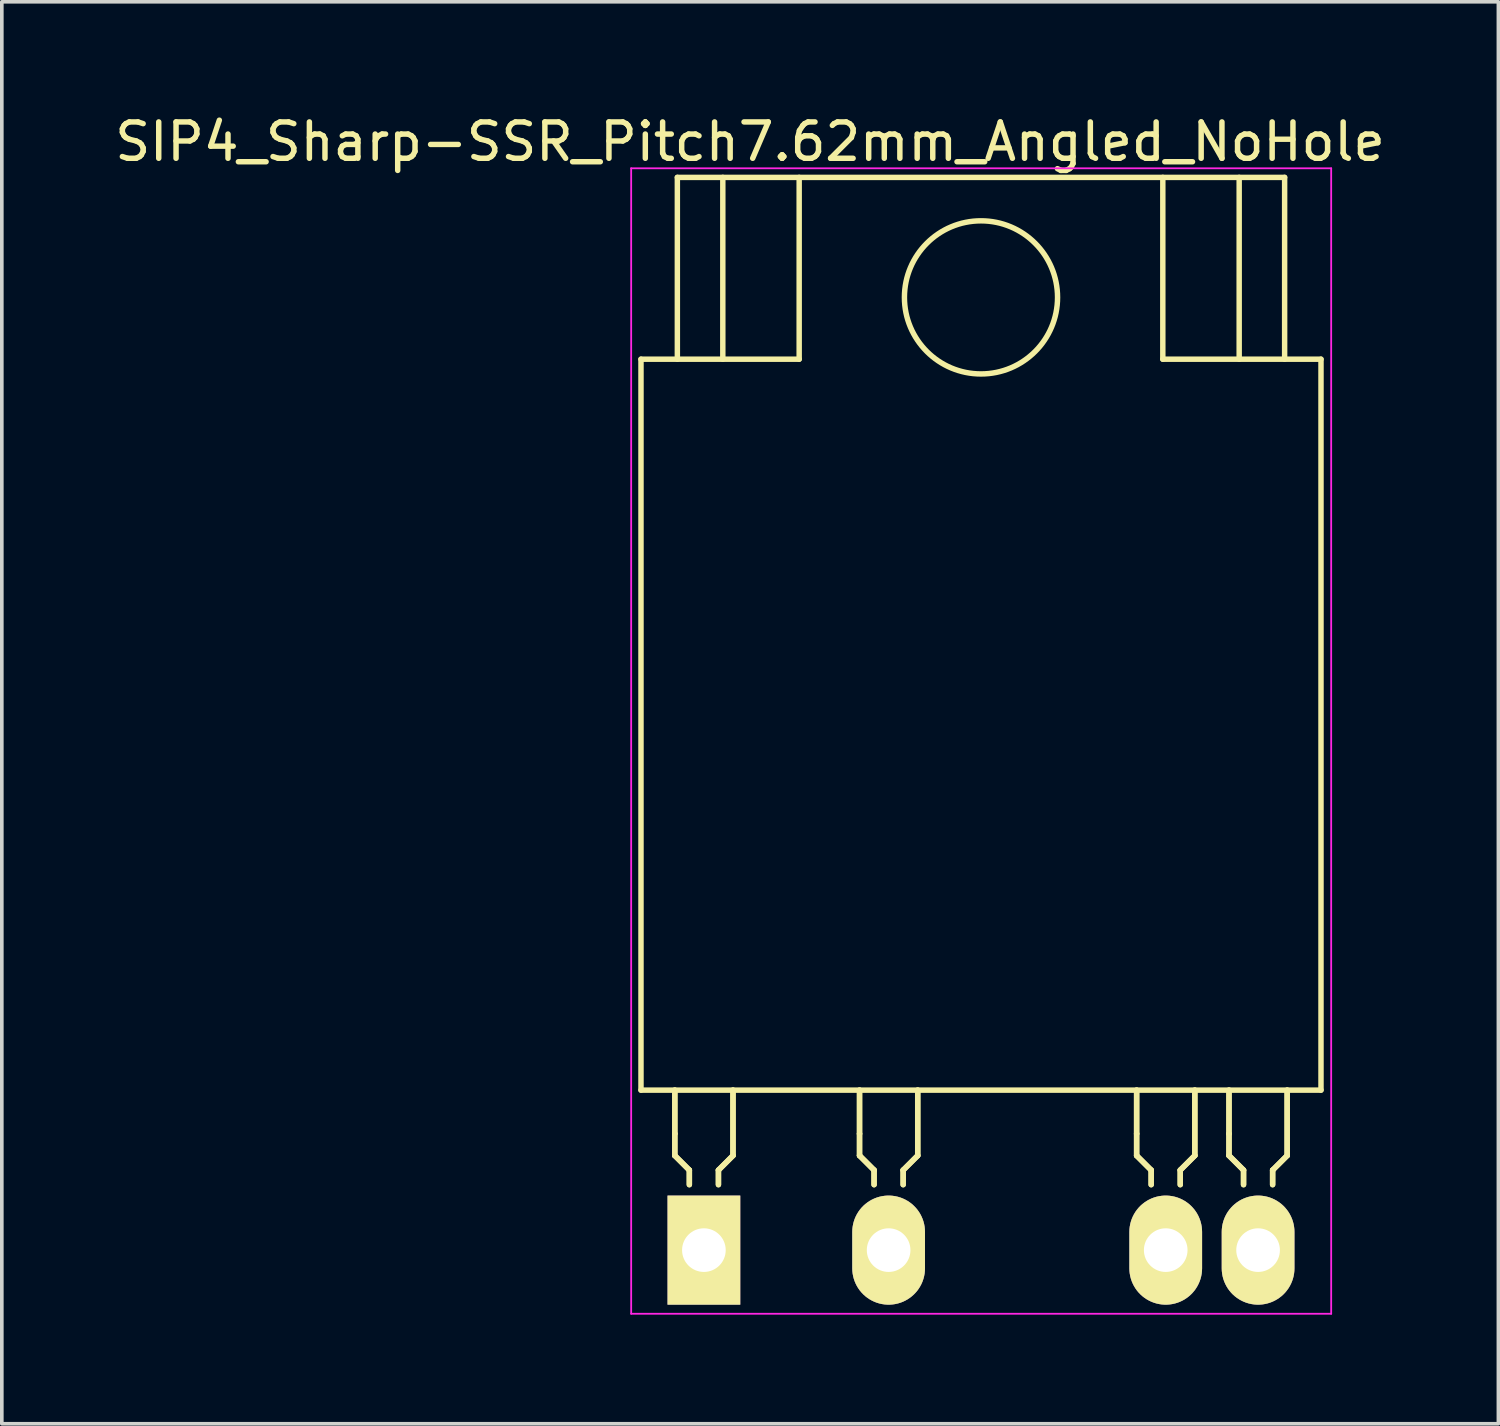
<source format=kicad_pcb>
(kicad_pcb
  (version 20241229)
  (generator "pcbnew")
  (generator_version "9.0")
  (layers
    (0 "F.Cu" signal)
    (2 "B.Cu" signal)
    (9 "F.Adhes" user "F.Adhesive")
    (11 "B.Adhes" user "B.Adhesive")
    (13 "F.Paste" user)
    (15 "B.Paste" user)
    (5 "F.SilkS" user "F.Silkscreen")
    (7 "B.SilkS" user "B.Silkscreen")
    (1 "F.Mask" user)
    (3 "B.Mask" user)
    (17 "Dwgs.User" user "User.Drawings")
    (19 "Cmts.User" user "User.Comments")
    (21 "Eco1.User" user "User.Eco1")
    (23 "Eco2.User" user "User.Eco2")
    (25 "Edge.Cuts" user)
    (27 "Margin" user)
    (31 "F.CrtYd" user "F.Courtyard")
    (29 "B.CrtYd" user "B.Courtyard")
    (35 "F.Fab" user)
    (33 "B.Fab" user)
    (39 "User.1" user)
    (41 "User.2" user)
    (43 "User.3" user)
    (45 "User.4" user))
  (footprint "SIP4_Sharp-SSR_Pitch7.62mm_Angled_NoHole"
    (layer "F.Cu")
    (at 16.307 31.328)
    (property "Reference" "SIP4_Sharp-SSR_Pitch7.62mm_Angled_NoHole" (at 1.27 -30.48 0) (layer "F.SilkS") (effects (font (size 1 1) (thickness 0.15))))
    (attr through_hole)
    (fp_line (start -1.73 -24.5) (end 2.62 -24.5) (stroke (width 0.15) (type solid)) (layer "F.SilkS"))
    (fp_line (start -1.73 -4.4) (end -1.73 -24.5) (stroke (width 0.15) (type solid)) (layer "F.SilkS"))
    (fp_line (start -0.8 -3.2) (end -0.8 -4.4) (stroke (width 0.15) (type solid)) (layer "F.SilkS"))
    (fp_line (start -0.8 -3.2) (end -0.8 -4.4) (stroke (width 0.15) (type solid)) (layer "F.SilkS"))
    (fp_line (start -0.8 -2.6) (end -0.8 -3.2) (stroke (width 0.15) (type solid)) (layer "F.SilkS"))
    (fp_line (start -0.8 -2.6) (end -0.8 -3.2) (stroke (width 0.15) (type solid)) (layer "F.SilkS"))
    (fp_line (start -0.73 -29.5) (end 15.97 -29.5) (stroke (width 0.15) (type solid)) (layer "F.SilkS"))
    (fp_line (start -0.73 -24.5) (end -0.73 -29.5) (stroke (width 0.15) (type solid)) (layer "F.SilkS"))
    (fp_line (start -0.4 -2.2) (end -0.8 -2.6) (stroke (width 0.15) (type solid)) (layer "F.SilkS"))
    (fp_line (start -0.4 -2.2) (end -0.8 -2.6) (stroke (width 0.15) (type solid)) (layer "F.SilkS"))
    (fp_line (start -0.4 -2.2) (end -0.4 -1.8) (stroke (width 0.15) (type solid)) (layer "F.SilkS"))
    (fp_line (start -0.4 -2.2) (end -0.4 -1.8) (stroke (width 0.15) (type solid)) (layer "F.SilkS"))
    (fp_line (start 0.4 -2.2) (end 0.8 -2.6) (stroke (width 0.15) (type solid)) (layer "F.SilkS"))
    (fp_line (start 0.4 -2.2) (end 0.8 -2.6) (stroke (width 0.15) (type solid)) (layer "F.SilkS"))
    (fp_line (start 0.4 -1.8) (end 0.4 -2.2) (stroke (width 0.15) (type solid)) (layer "F.SilkS"))
    (fp_line (start 0.4 -1.8) (end 0.4 -2.2) (stroke (width 0.15) (type solid)) (layer "F.SilkS"))
    (fp_line (start 0.52 -24.5) (end 0.52 -29.5) (stroke (width 0.15) (type solid)) (layer "F.SilkS"))
    (fp_line (start 0.8 -2.6) (end 0.8 -4.4) (stroke (width 0.15) (type solid)) (layer "F.SilkS"))
    (fp_line (start 0.8 -2.6) (end 0.8 -4.4) (stroke (width 0.15) (type solid)) (layer "F.SilkS"))
    (fp_line (start 2.62 -29.5) (end 2.62 -24.5) (stroke (width 0.15) (type solid)) (layer "F.SilkS"))
    (fp_line (start 4.28 -3.2) (end 4.28 -4.4) (stroke (width 0.15) (type solid)) (layer "F.SilkS"))
    (fp_line (start 4.28 -3.2) (end 4.28 -4.4) (stroke (width 0.15) (type solid)) (layer "F.SilkS"))
    (fp_line (start 4.28 -2.6) (end 4.28 -3.2) (stroke (width 0.15) (type solid)) (layer "F.SilkS"))
    (fp_line (start 4.28 -2.6) (end 4.28 -3.2) (stroke (width 0.15) (type solid)) (layer "F.SilkS"))
    (fp_line (start 4.68 -2.2) (end 4.28 -2.6) (stroke (width 0.15) (type solid)) (layer "F.SilkS"))
    (fp_line (start 4.68 -2.2) (end 4.28 -2.6) (stroke (width 0.15) (type solid)) (layer "F.SilkS"))
    (fp_line (start 4.68 -2.2) (end 4.68 -1.8) (stroke (width 0.15) (type solid)) (layer "F.SilkS"))
    (fp_line (start 4.68 -2.2) (end 4.68 -1.8) (stroke (width 0.15) (type solid)) (layer "F.SilkS"))
    (fp_line (start 5.48 -2.2) (end 5.88 -2.6) (stroke (width 0.15) (type solid)) (layer "F.SilkS"))
    (fp_line (start 5.48 -2.2) (end 5.88 -2.6) (stroke (width 0.15) (type solid)) (layer "F.SilkS"))
    (fp_line (start 5.48 -1.8) (end 5.48 -2.2) (stroke (width 0.15) (type solid)) (layer "F.SilkS"))
    (fp_line (start 5.48 -1.8) (end 5.48 -2.2) (stroke (width 0.15) (type solid)) (layer "F.SilkS"))
    (fp_line (start 5.88 -2.6) (end 5.88 -4.4) (stroke (width 0.15) (type solid)) (layer "F.SilkS"))
    (fp_line (start 5.88 -2.6) (end 5.88 -4.4) (stroke (width 0.15) (type solid)) (layer "F.SilkS"))
    (fp_line (start 11.9 -3.2) (end 11.9 -4.4) (stroke (width 0.15) (type solid)) (layer "F.SilkS"))
    (fp_line (start 11.9 -3.2) (end 11.9 -4.4) (stroke (width 0.15) (type solid)) (layer "F.SilkS"))
    (fp_line (start 11.9 -2.6) (end 11.9 -3.2) (stroke (width 0.15) (type solid)) (layer "F.SilkS"))
    (fp_line (start 11.9 -2.6) (end 11.9 -3.2) (stroke (width 0.15) (type solid)) (layer "F.SilkS"))
    (fp_line (start 12.3 -2.2) (end 11.9 -2.6) (stroke (width 0.15) (type solid)) (layer "F.SilkS"))
    (fp_line (start 12.3 -2.2) (end 11.9 -2.6) (stroke (width 0.15) (type solid)) (layer "F.SilkS"))
    (fp_line (start 12.3 -2.2) (end 12.3 -1.8) (stroke (width 0.15) (type solid)) (layer "F.SilkS"))
    (fp_line (start 12.3 -2.2) (end 12.3 -1.8) (stroke (width 0.15) (type solid)) (layer "F.SilkS"))
    (fp_line (start 12.62 -29.5) (end 12.62 -24.5) (stroke (width 0.15) (type solid)) (layer "F.SilkS"))
    (fp_line (start 12.62 -24.5) (end 16.97 -24.5) (stroke (width 0.15) (type solid)) (layer "F.SilkS"))
    (fp_line (start 13.1 -2.2) (end 13.5 -2.6) (stroke (width 0.15) (type solid)) (layer "F.SilkS"))
    (fp_line (start 13.1 -2.2) (end 13.5 -2.6) (stroke (width 0.15) (type solid)) (layer "F.SilkS"))
    (fp_line (start 13.1 -1.8) (end 13.1 -2.2) (stroke (width 0.15) (type solid)) (layer "F.SilkS"))
    (fp_line (start 13.1 -1.8) (end 13.1 -2.2) (stroke (width 0.15) (type solid)) (layer "F.SilkS"))
    (fp_line (start 13.5 -2.6) (end 13.5 -4.4) (stroke (width 0.15) (type solid)) (layer "F.SilkS"))
    (fp_line (start 13.5 -2.6) (end 13.5 -4.4) (stroke (width 0.15) (type solid)) (layer "F.SilkS"))
    (fp_line (start 14.44 -3.2) (end 14.44 -4.4) (stroke (width 0.15) (type solid)) (layer "F.SilkS"))
    (fp_line (start 14.44 -3.2) (end 14.44 -4.4) (stroke (width 0.15) (type solid)) (layer "F.SilkS"))
    (fp_line (start 14.44 -2.6) (end 14.44 -3.2) (stroke (width 0.15) (type solid)) (layer "F.SilkS"))
    (fp_line (start 14.44 -2.6) (end 14.44 -3.2) (stroke (width 0.15) (type solid)) (layer "F.SilkS"))
    (fp_line (start 14.72 -24.5) (end 14.72 -29.5) (stroke (width 0.15) (type solid)) (layer "F.SilkS"))
    (fp_line (start 14.84 -2.2) (end 14.44 -2.6) (stroke (width 0.15) (type solid)) (layer "F.SilkS"))
    (fp_line (start 14.84 -2.2) (end 14.44 -2.6) (stroke (width 0.15) (type solid)) (layer "F.SilkS"))
    (fp_line (start 14.84 -2.2) (end 14.84 -1.8) (stroke (width 0.15) (type solid)) (layer "F.SilkS"))
    (fp_line (start 14.84 -2.2) (end 14.84 -1.8) (stroke (width 0.15) (type solid)) (layer "F.SilkS"))
    (fp_line (start 15.64 -2.2) (end 16.04 -2.6) (stroke (width 0.15) (type solid)) (layer "F.SilkS"))
    (fp_line (start 15.64 -2.2) (end 16.04 -2.6) (stroke (width 0.15) (type solid)) (layer "F.SilkS"))
    (fp_line (start 15.64 -1.8) (end 15.64 -2.2) (stroke (width 0.15) (type solid)) (layer "F.SilkS"))
    (fp_line (start 15.64 -1.8) (end 15.64 -2.2) (stroke (width 0.15) (type solid)) (layer "F.SilkS"))
    (fp_line (start 15.97 -24.5) (end 15.97 -29.5) (stroke (width 0.15) (type solid)) (layer "F.SilkS"))
    (fp_line (start 16.04 -2.6) (end 16.04 -4.4) (stroke (width 0.15) (type solid)) (layer "F.SilkS"))
    (fp_line (start 16.04 -2.6) (end 16.04 -4.4) (stroke (width 0.15) (type solid)) (layer "F.SilkS"))
    (fp_line (start 16.97 -24.5) (end 16.97 -4.4) (stroke (width 0.15) (type solid)) (layer "F.SilkS"))
    (fp_line (start 16.97 -4.4) (end -1.73 -4.4) (stroke (width 0.15) (type solid)) (layer "F.SilkS"))
    (fp_circle (center 7.62 -26.2) (end 9.35 -27.4) (stroke (width 0.15) (type solid)) (fill no) (layer "F.SilkS"))
    (fp_line (start -2 -29.75) (end 17.25 -29.75) (stroke (width 0.05) (type solid)) (layer "F.CrtYd"))
    (fp_line (start -2 1.75) (end -2 -29.75) (stroke (width 0.05) (type solid)) (layer "F.CrtYd"))
    (fp_line (start 17.25 -29.75) (end 17.25 1.75) (stroke (width 0.05) (type solid)) (layer "F.CrtYd"))
    (fp_line (start 17.25 1.75) (end -2 1.75) (stroke (width 0.05) (type solid)) (layer "F.CrtYd"))
    (pad "1" thru_hole rect (at 0 0) (size 2 3) (drill 1.2) (layers "*.Cu" "*.Mask" "F.SilkS"))
    (pad "2" thru_hole oval (at 5.08 0) (size 2 3) (drill 1.2) (layers "*.Cu" "*.Mask" "F.SilkS"))
    (pad "3" thru_hole oval (at 12.7 0) (size 2 3) (drill 1.2) (layers "*.Cu" "*.Mask" "F.SilkS"))
    (pad "4" thru_hole oval (at 15.24 0) (size 2 3) (drill 1.2) (layers "*.Cu" "*.Mask" "F.SilkS")))
  (gr_rect
    (start -3 -3)
    (end 38.155 36.103)
    (stroke (width 0.1) (type default))
    (fill no)
    (layer "Edge.Cuts")))
</source>
